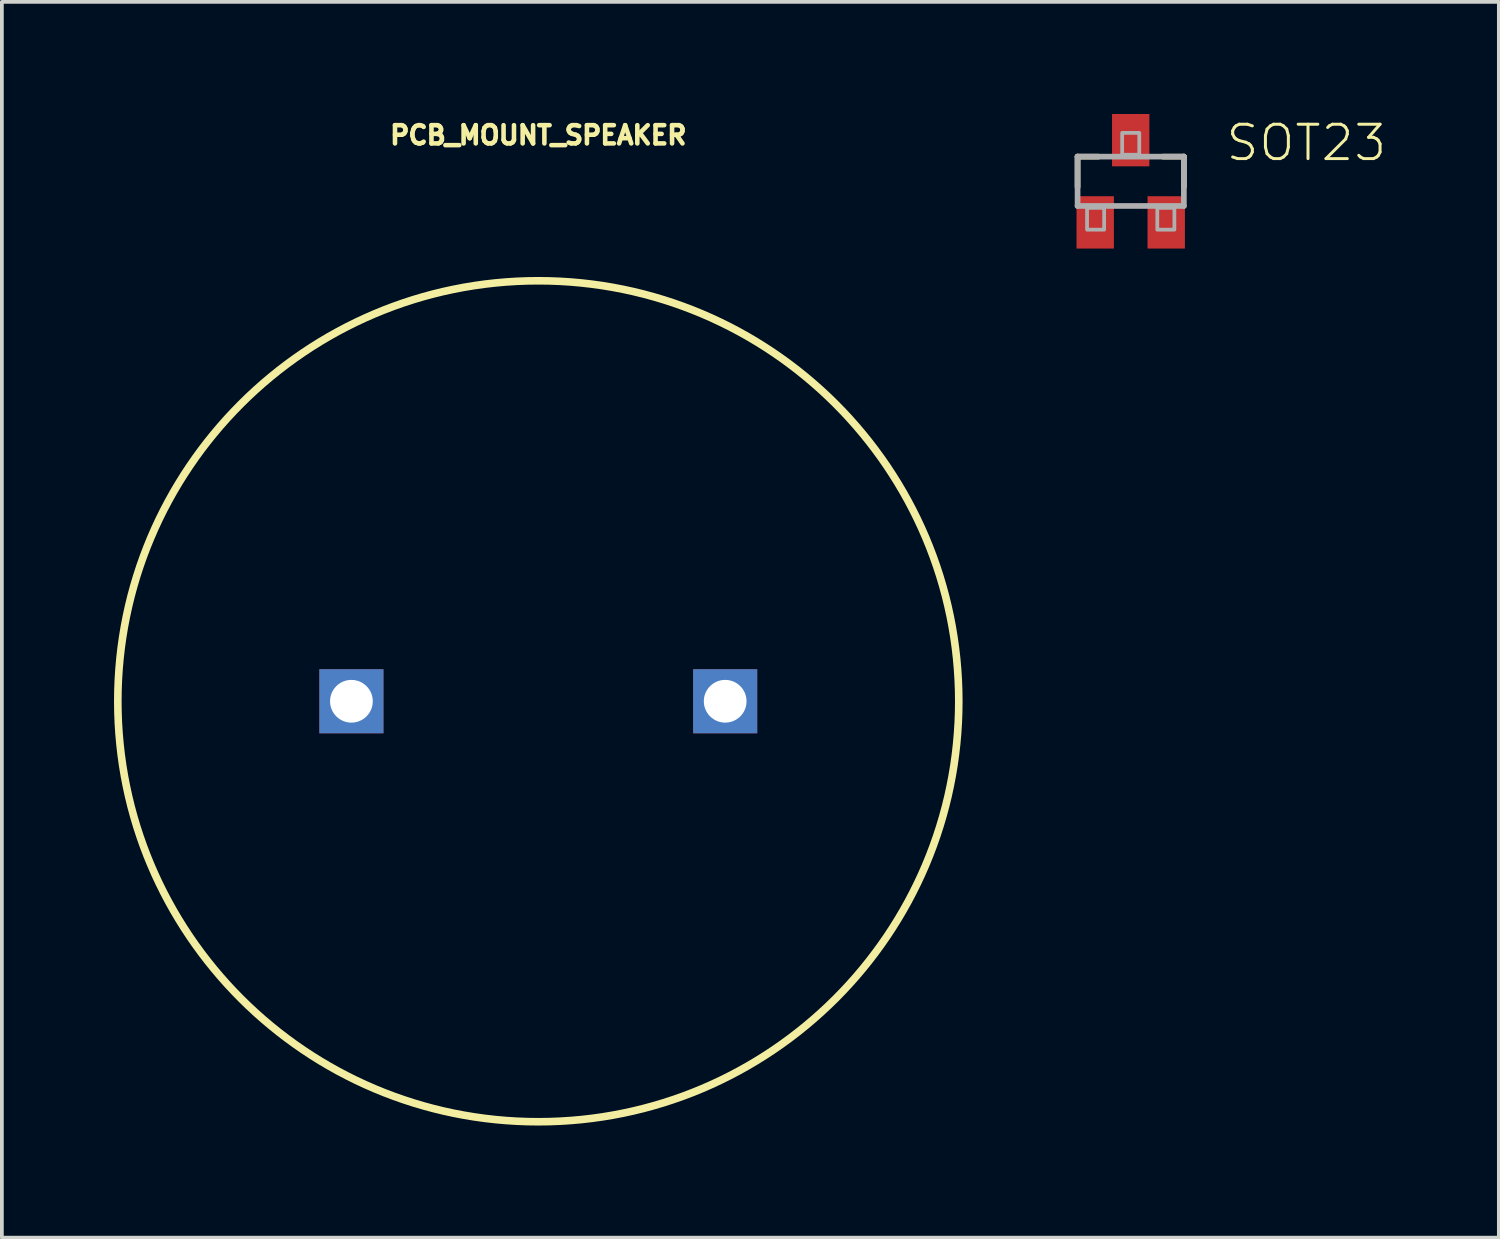
<source format=kicad_pcb>
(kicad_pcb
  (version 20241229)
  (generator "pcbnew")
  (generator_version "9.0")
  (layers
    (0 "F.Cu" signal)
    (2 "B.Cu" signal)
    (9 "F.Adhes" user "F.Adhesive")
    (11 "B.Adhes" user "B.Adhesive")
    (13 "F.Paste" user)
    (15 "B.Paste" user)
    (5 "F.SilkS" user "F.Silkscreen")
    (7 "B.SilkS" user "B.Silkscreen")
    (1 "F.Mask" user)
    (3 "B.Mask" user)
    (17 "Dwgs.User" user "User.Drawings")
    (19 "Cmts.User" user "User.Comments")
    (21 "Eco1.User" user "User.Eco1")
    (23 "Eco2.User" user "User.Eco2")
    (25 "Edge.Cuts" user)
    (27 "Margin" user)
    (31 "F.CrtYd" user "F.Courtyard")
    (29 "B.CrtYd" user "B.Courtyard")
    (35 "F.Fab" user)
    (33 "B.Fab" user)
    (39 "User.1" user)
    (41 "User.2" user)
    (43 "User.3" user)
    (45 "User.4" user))
  (footprint "SOT23"
    (layer "F.Cu")
    (at 27.202 1.8)
    (property "Reference" "SOT23" (at 2.5 -0.49 0) (layer "F.SilkS") (effects (font (size 0.92 0.92) (thickness 0.08)) (justify left bottom)))
    (fp_line (start -1.422 -0.66) (end -0.864 -0.66) (stroke (width 0.152) (type solid)) (layer "F.SilkS"))
    (fp_line (start -1.422 0.152) (end -1.422 -0.66) (stroke (width 0.152) (type solid)) (layer "F.SilkS"))
    (fp_line (start 0.864 -0.66) (end 1.422 -0.66) (stroke (width 0.152) (type solid)) (layer "F.SilkS"))
    (fp_line (start 1.422 -0.66) (end 1.422 0.152) (stroke (width 0.152) (type solid)) (layer "F.SilkS"))
    (fp_line (start -1.422 -0.66) (end 1.422 -0.66) (stroke (width 0.152) (type solid)) (layer "F.Fab"))
    (fp_line (start -1.422 0.66) (end -1.422 -0.66) (stroke (width 0.152) (type solid)) (layer "F.Fab"))
    (fp_line (start 1.422 -0.66) (end 1.422 0.66) (stroke (width 0.152) (type solid)) (layer "F.Fab"))
    (fp_line (start 1.422 0.66) (end -1.422 0.66) (stroke (width 0.152) (type solid)) (layer "F.Fab"))
    (fp_poly (pts (xy -1.168 1.295) (xy -0.711 1.295) (xy -0.711 0.711) (xy -1.168 0.711)) (stroke (width 0.1) (type default)) (fill no) (layer "F.Fab"))
    (fp_poly (pts (xy -0.229 -0.711) (xy 0.229 -0.711) (xy 0.229 -1.295) (xy -0.229 -1.295)) (stroke (width 0.1) (type default)) (fill no) (layer "F.Fab"))
    (fp_poly (pts (xy 0.711 1.295) (xy 1.168 1.295) (xy 1.168 0.711) (xy 0.711 0.711)) (stroke (width 0.1) (type default)) (fill no) (layer "F.Fab"))
    (pad "1" smd rect (at -0.95 1.1) (size 1 1.4) (layers "F.Cu" "F.Mask" "F.Paste"))
    (pad "2" smd rect (at 0.95 1.1) (size 1 1.4) (layers "F.Cu" "F.Mask" "F.Paste"))
    (pad "3" smd rect (at 0 -1.1) (size 1 1.4) (layers "F.Cu" "F.Mask" "F.Paste")))
  (footprint "PCB_MOUNT_SPEAKER"
    (layer "F.Cu")
    (at 11.352 15.712)
    (property "Reference" "PCB_MOUNT_SPEAKER" (at 0 -14.859 0) (layer "F.SilkS") (effects (font (size 0.488 0.488) (thickness 0.122)) (justify bottom)))
    (fp_circle (center 0 0) (end 11.25 0) (stroke (width 0.203) (type solid)) (fill no) (layer "F.SilkS"))
    (pad "+" thru_hole rect (at -5 0) (size 1.714 1.714) (drill 1.143) (layers "*.Cu" "*.Mask"))
    (pad "-" thru_hole rect (at 5 0 90) (size 1.714 1.714) (drill 1.143) (layers "*.Cu" "*.Mask")))
  (gr_rect
    (start -3 -3)
    (end 37.051 30.064)
    (stroke (width 0.1) (type default))
    (fill no)
    (layer "Edge.Cuts")))
</source>
